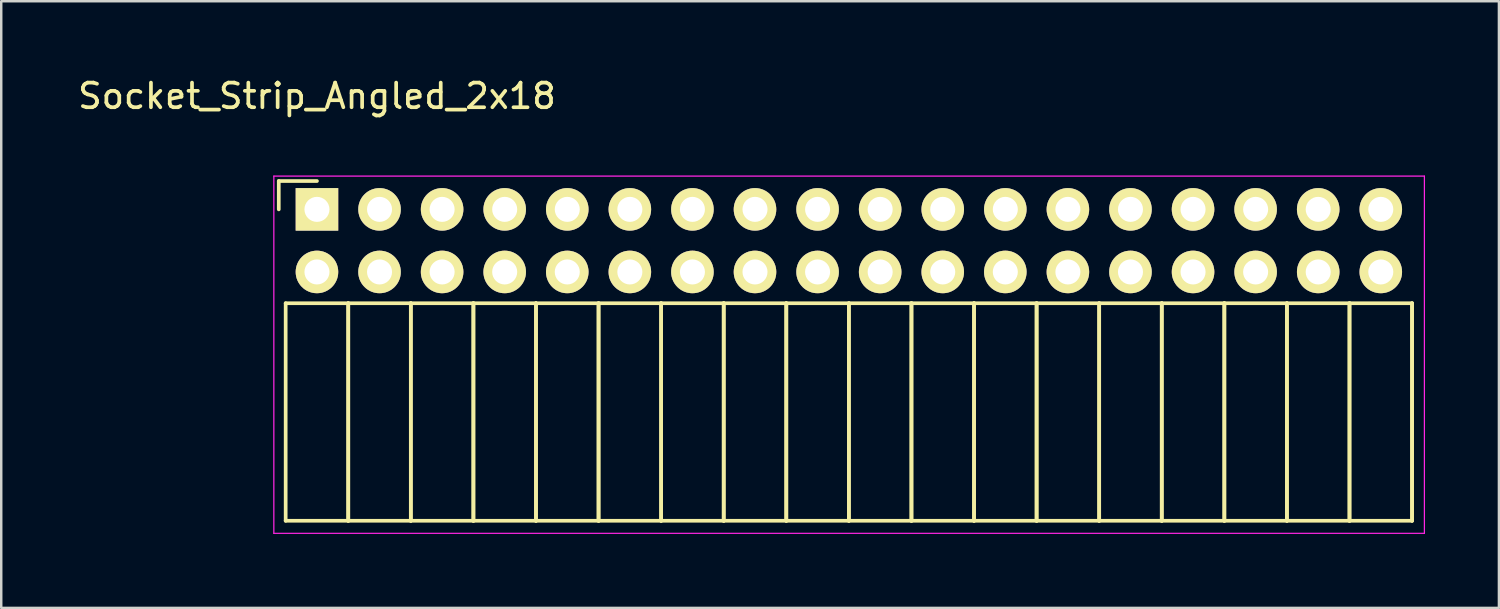
<source format=kicad_pcb>
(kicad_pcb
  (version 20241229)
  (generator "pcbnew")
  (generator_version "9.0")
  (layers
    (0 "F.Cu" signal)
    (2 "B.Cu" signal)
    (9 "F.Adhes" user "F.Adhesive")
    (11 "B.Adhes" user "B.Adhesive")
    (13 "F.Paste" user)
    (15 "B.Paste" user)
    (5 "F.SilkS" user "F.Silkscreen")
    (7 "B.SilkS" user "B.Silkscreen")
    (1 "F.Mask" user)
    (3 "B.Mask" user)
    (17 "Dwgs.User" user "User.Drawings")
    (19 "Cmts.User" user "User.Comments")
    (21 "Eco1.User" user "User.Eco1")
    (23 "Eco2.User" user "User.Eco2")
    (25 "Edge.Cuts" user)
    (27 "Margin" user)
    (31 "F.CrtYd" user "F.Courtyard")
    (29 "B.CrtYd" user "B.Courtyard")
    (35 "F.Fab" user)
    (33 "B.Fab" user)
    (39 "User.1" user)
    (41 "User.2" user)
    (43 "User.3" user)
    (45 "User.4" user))
  (footprint "Socket_Strip_Angled_2x18"
    (layer "F.Cu")
    (at 9.815 5.448)
    (property "Reference" "Socket_Strip_Angled_2x18" (at 0 -4.6 0) (layer "F.SilkS") (effects (font (size 1 1) (thickness 0.15))))
    (attr through_hole)
    (fp_line (start -1.55 -1.15) (end -1.55 0) (stroke (width 0.15) (type solid)) (layer "F.SilkS"))
    (fp_line (start -1.27 3.81) (end -1.27 12.64) (stroke (width 0.15) (type solid)) (layer "F.SilkS"))
    (fp_line (start -1.27 3.81) (end 1.27 3.81) (stroke (width 0.15) (type solid)) (layer "F.SilkS"))
    (fp_line (start -1.27 12.64) (end 1.27 12.64) (stroke (width 0.15) (type solid)) (layer "F.SilkS"))
    (fp_line (start 0 -1.15) (end -1.55 -1.15) (stroke (width 0.15) (type solid)) (layer "F.SilkS"))
    (fp_line (start 1.27 3.81) (end 1.27 12.64) (stroke (width 0.15) (type solid)) (layer "F.SilkS"))
    (fp_line (start 1.27 3.81) (end 3.81 3.81) (stroke (width 0.15) (type solid)) (layer "F.SilkS"))
    (fp_line (start 1.27 12.64) (end 1.27 3.81) (stroke (width 0.15) (type solid)) (layer "F.SilkS"))
    (fp_line (start 1.27 12.64) (end 3.81 12.64) (stroke (width 0.15) (type solid)) (layer "F.SilkS"))
    (fp_line (start 3.81 3.81) (end 3.81 12.64) (stroke (width 0.15) (type solid)) (layer "F.SilkS"))
    (fp_line (start 3.81 3.81) (end 6.35 3.81) (stroke (width 0.15) (type solid)) (layer "F.SilkS"))
    (fp_line (start 3.81 12.64) (end 3.81 3.81) (stroke (width 0.15) (type solid)) (layer "F.SilkS"))
    (fp_line (start 3.81 12.64) (end 6.35 12.64) (stroke (width 0.15) (type solid)) (layer "F.SilkS"))
    (fp_line (start 6.35 3.81) (end 6.35 12.64) (stroke (width 0.15) (type solid)) (layer "F.SilkS"))
    (fp_line (start 6.35 3.81) (end 8.89 3.81) (stroke (width 0.15) (type solid)) (layer "F.SilkS"))
    (fp_line (start 6.35 12.64) (end 6.35 3.81) (stroke (width 0.15) (type solid)) (layer "F.SilkS"))
    (fp_line (start 6.35 12.64) (end 8.89 12.64) (stroke (width 0.15) (type solid)) (layer "F.SilkS"))
    (fp_line (start 8.89 3.81) (end 8.89 12.64) (stroke (width 0.15) (type solid)) (layer "F.SilkS"))
    (fp_line (start 8.89 3.81) (end 11.43 3.81) (stroke (width 0.15) (type solid)) (layer "F.SilkS"))
    (fp_line (start 8.89 12.64) (end 8.89 3.81) (stroke (width 0.15) (type solid)) (layer "F.SilkS"))
    (fp_line (start 8.89 12.64) (end 11.43 12.64) (stroke (width 0.15) (type solid)) (layer "F.SilkS"))
    (fp_line (start 11.43 3.81) (end 11.43 12.64) (stroke (width 0.15) (type solid)) (layer "F.SilkS"))
    (fp_line (start 11.43 3.81) (end 13.97 3.81) (stroke (width 0.15) (type solid)) (layer "F.SilkS"))
    (fp_line (start 11.43 12.64) (end 11.43 3.81) (stroke (width 0.15) (type solid)) (layer "F.SilkS"))
    (fp_line (start 11.43 12.64) (end 13.97 12.64) (stroke (width 0.15) (type solid)) (layer "F.SilkS"))
    (fp_line (start 13.97 3.81) (end 13.97 12.64) (stroke (width 0.15) (type solid)) (layer "F.SilkS"))
    (fp_line (start 13.97 3.81) (end 16.51 3.81) (stroke (width 0.15) (type solid)) (layer "F.SilkS"))
    (fp_line (start 13.97 12.64) (end 13.97 3.81) (stroke (width 0.15) (type solid)) (layer "F.SilkS"))
    (fp_line (start 13.97 12.64) (end 16.51 12.64) (stroke (width 0.15) (type solid)) (layer "F.SilkS"))
    (fp_line (start 16.51 3.81) (end 16.51 12.64) (stroke (width 0.15) (type solid)) (layer "F.SilkS"))
    (fp_line (start 16.51 3.81) (end 19.05 3.81) (stroke (width 0.15) (type solid)) (layer "F.SilkS"))
    (fp_line (start 16.51 12.64) (end 16.51 3.81) (stroke (width 0.15) (type solid)) (layer "F.SilkS"))
    (fp_line (start 16.51 12.64) (end 19.05 12.64) (stroke (width 0.15) (type solid)) (layer "F.SilkS"))
    (fp_line (start 19.05 3.81) (end 19.05 12.64) (stroke (width 0.15) (type solid)) (layer "F.SilkS"))
    (fp_line (start 19.05 3.81) (end 21.59 3.81) (stroke (width 0.15) (type solid)) (layer "F.SilkS"))
    (fp_line (start 19.05 12.64) (end 19.05 3.81) (stroke (width 0.15) (type solid)) (layer "F.SilkS"))
    (fp_line (start 19.05 12.64) (end 21.59 12.64) (stroke (width 0.15) (type solid)) (layer "F.SilkS"))
    (fp_line (start 21.59 3.81) (end 21.59 12.64) (stroke (width 0.15) (type solid)) (layer "F.SilkS"))
    (fp_line (start 21.59 3.81) (end 24.13 3.81) (stroke (width 0.15) (type solid)) (layer "F.SilkS"))
    (fp_line (start 21.59 12.64) (end 21.59 3.81) (stroke (width 0.15) (type solid)) (layer "F.SilkS"))
    (fp_line (start 21.59 12.64) (end 24.13 12.64) (stroke (width 0.15) (type solid)) (layer "F.SilkS"))
    (fp_line (start 24.13 3.81) (end 24.13 12.64) (stroke (width 0.15) (type solid)) (layer "F.SilkS"))
    (fp_line (start 24.13 3.81) (end 26.67 3.81) (stroke (width 0.15) (type solid)) (layer "F.SilkS"))
    (fp_line (start 24.13 12.64) (end 24.13 3.81) (stroke (width 0.15) (type solid)) (layer "F.SilkS"))
    (fp_line (start 24.13 12.64) (end 26.67 12.64) (stroke (width 0.15) (type solid)) (layer "F.SilkS"))
    (fp_line (start 26.67 3.81) (end 26.67 12.64) (stroke (width 0.15) (type solid)) (layer "F.SilkS"))
    (fp_line (start 26.67 3.81) (end 29.21 3.81) (stroke (width 0.15) (type solid)) (layer "F.SilkS"))
    (fp_line (start 26.67 12.64) (end 26.67 3.81) (stroke (width 0.15) (type solid)) (layer "F.SilkS"))
    (fp_line (start 26.67 12.64) (end 29.21 12.64) (stroke (width 0.15) (type solid)) (layer "F.SilkS"))
    (fp_line (start 29.21 3.81) (end 29.21 12.64) (stroke (width 0.15) (type solid)) (layer "F.SilkS"))
    (fp_line (start 29.21 3.81) (end 31.75 3.81) (stroke (width 0.15) (type solid)) (layer "F.SilkS"))
    (fp_line (start 29.21 12.64) (end 29.21 3.81) (stroke (width 0.15) (type solid)) (layer "F.SilkS"))
    (fp_line (start 29.21 12.64) (end 31.75 12.64) (stroke (width 0.15) (type solid)) (layer "F.SilkS"))
    (fp_line (start 31.75 3.81) (end 31.75 12.64) (stroke (width 0.15) (type solid)) (layer "F.SilkS"))
    (fp_line (start 31.75 3.81) (end 34.29 3.81) (stroke (width 0.15) (type solid)) (layer "F.SilkS"))
    (fp_line (start 31.75 12.64) (end 31.75 3.81) (stroke (width 0.15) (type solid)) (layer "F.SilkS"))
    (fp_line (start 31.75 12.64) (end 34.29 12.64) (stroke (width 0.15) (type solid)) (layer "F.SilkS"))
    (fp_line (start 34.29 3.81) (end 34.29 12.64) (stroke (width 0.15) (type solid)) (layer "F.SilkS"))
    (fp_line (start 34.29 3.81) (end 36.83 3.81) (stroke (width 0.15) (type solid)) (layer "F.SilkS"))
    (fp_line (start 34.29 12.64) (end 34.29 3.81) (stroke (width 0.15) (type solid)) (layer "F.SilkS"))
    (fp_line (start 34.29 12.64) (end 36.83 12.64) (stroke (width 0.15) (type solid)) (layer "F.SilkS"))
    (fp_line (start 36.83 3.81) (end 36.83 12.64) (stroke (width 0.15) (type solid)) (layer "F.SilkS"))
    (fp_line (start 36.83 3.81) (end 39.37 3.81) (stroke (width 0.15) (type solid)) (layer "F.SilkS"))
    (fp_line (start 36.83 12.64) (end 36.83 3.81) (stroke (width 0.15) (type solid)) (layer "F.SilkS"))
    (fp_line (start 36.83 12.64) (end 39.37 12.64) (stroke (width 0.15) (type solid)) (layer "F.SilkS"))
    (fp_line (start 39.37 3.81) (end 39.37 12.64) (stroke (width 0.15) (type solid)) (layer "F.SilkS"))
    (fp_line (start 39.37 3.81) (end 41.91 3.81) (stroke (width 0.15) (type solid)) (layer "F.SilkS"))
    (fp_line (start 39.37 12.64) (end 39.37 3.81) (stroke (width 0.15) (type solid)) (layer "F.SilkS"))
    (fp_line (start 39.37 12.64) (end 41.91 12.64) (stroke (width 0.15) (type solid)) (layer "F.SilkS"))
    (fp_line (start 41.91 3.81) (end 41.91 12.64) (stroke (width 0.15) (type solid)) (layer "F.SilkS"))
    (fp_line (start 41.91 3.81) (end 44.45 3.81) (stroke (width 0.15) (type solid)) (layer "F.SilkS"))
    (fp_line (start 41.91 12.64) (end 41.91 3.81) (stroke (width 0.15) (type solid)) (layer "F.SilkS"))
    (fp_line (start 41.91 12.64) (end 44.45 12.64) (stroke (width 0.15) (type solid)) (layer "F.SilkS"))
    (fp_line (start 44.45 3.81) (end 44.45 12.64) (stroke (width 0.15) (type solid)) (layer "F.SilkS"))
    (fp_line (start 44.45 12.64) (end 44.45 3.81) (stroke (width 0.15) (type solid)) (layer "F.SilkS"))
    (fp_line (start -1.75 -1.35) (end -1.75 13.15) (stroke (width 0.05) (type solid)) (layer "F.CrtYd"))
    (fp_line (start -1.75 -1.35) (end 44.95 -1.35) (stroke (width 0.05) (type solid)) (layer "F.CrtYd"))
    (fp_line (start -1.75 13.15) (end 44.95 13.15) (stroke (width 0.05) (type solid)) (layer "F.CrtYd"))
    (fp_line (start 44.95 -1.35) (end 44.95 13.15) (stroke (width 0.05) (type solid)) (layer "F.CrtYd"))
    (pad "1" thru_hole rect (at 0 0) (size 1.727 1.727) (drill 1.016) (layers "*.Cu" "*.Mask" "F.SilkS"))
    (pad "2" thru_hole oval (at 0 2.54) (size 1.727 1.727) (drill 1.016) (layers "*.Cu" "*.Mask" "F.SilkS"))
    (pad "3" thru_hole oval (at 2.54 0) (size 1.727 1.727) (drill 1.016) (layers "*.Cu" "*.Mask" "F.SilkS"))
    (pad "4" thru_hole oval (at 2.54 2.54) (size 1.727 1.727) (drill 1.016) (layers "*.Cu" "*.Mask" "F.SilkS"))
    (pad "5" thru_hole oval (at 5.08 0) (size 1.727 1.727) (drill 1.016) (layers "*.Cu" "*.Mask" "F.SilkS"))
    (pad "6" thru_hole oval (at 5.08 2.54) (size 1.727 1.727) (drill 1.016) (layers "*.Cu" "*.Mask" "F.SilkS"))
    (pad "7" thru_hole oval (at 7.62 0) (size 1.727 1.727) (drill 1.016) (layers "*.Cu" "*.Mask" "F.SilkS"))
    (pad "8" thru_hole oval (at 7.62 2.54) (size 1.727 1.727) (drill 1.016) (layers "*.Cu" "*.Mask" "F.SilkS"))
    (pad "9" thru_hole oval (at 10.16 0) (size 1.727 1.727) (drill 1.016) (layers "*.Cu" "*.Mask" "F.SilkS"))
    (pad "10" thru_hole oval (at 10.16 2.54) (size 1.727 1.727) (drill 1.016) (layers "*.Cu" "*.Mask" "F.SilkS"))
    (pad "11" thru_hole oval (at 12.7 0) (size 1.727 1.727) (drill 1.016) (layers "*.Cu" "*.Mask" "F.SilkS"))
    (pad "12" thru_hole oval (at 12.7 2.54) (size 1.727 1.727) (drill 1.016) (layers "*.Cu" "*.Mask" "F.SilkS"))
    (pad "13" thru_hole oval (at 15.24 0) (size 1.727 1.727) (drill 1.016) (layers "*.Cu" "*.Mask" "F.SilkS"))
    (pad "14" thru_hole oval (at 15.24 2.54) (size 1.727 1.727) (drill 1.016) (layers "*.Cu" "*.Mask" "F.SilkS"))
    (pad "15" thru_hole oval (at 17.78 0) (size 1.727 1.727) (drill 1.016) (layers "*.Cu" "*.Mask" "F.SilkS"))
    (pad "16" thru_hole oval (at 17.78 2.54) (size 1.727 1.727) (drill 1.016) (layers "*.Cu" "*.Mask" "F.SilkS"))
    (pad "17" thru_hole oval (at 20.32 0) (size 1.727 1.727) (drill 1.016) (layers "*.Cu" "*.Mask" "F.SilkS"))
    (pad "18" thru_hole oval (at 20.32 2.54) (size 1.727 1.727) (drill 1.016) (layers "*.Cu" "*.Mask" "F.SilkS"))
    (pad "19" thru_hole oval (at 22.86 0) (size 1.727 1.727) (drill 1.016) (layers "*.Cu" "*.Mask" "F.SilkS"))
    (pad "20" thru_hole oval (at 22.86 2.54) (size 1.727 1.727) (drill 1.016) (layers "*.Cu" "*.Mask" "F.SilkS"))
    (pad "21" thru_hole oval (at 25.4 0) (size 1.727 1.727) (drill 1.016) (layers "*.Cu" "*.Mask" "F.SilkS"))
    (pad "22" thru_hole oval (at 25.4 2.54) (size 1.727 1.727) (drill 1.016) (layers "*.Cu" "*.Mask" "F.SilkS"))
    (pad "23" thru_hole oval (at 27.94 0) (size 1.727 1.727) (drill 1.016) (layers "*.Cu" "*.Mask" "F.SilkS"))
    (pad "24" thru_hole oval (at 27.94 2.54) (size 1.727 1.727) (drill 1.016) (layers "*.Cu" "*.Mask" "F.SilkS"))
    (pad "25" thru_hole oval (at 30.48 0) (size 1.727 1.727) (drill 1.016) (layers "*.Cu" "*.Mask" "F.SilkS"))
    (pad "26" thru_hole oval (at 30.48 2.54) (size 1.727 1.727) (drill 1.016) (layers "*.Cu" "*.Mask" "F.SilkS"))
    (pad "27" thru_hole oval (at 33.02 0) (size 1.727 1.727) (drill 1.016) (layers "*.Cu" "*.Mask" "F.SilkS"))
    (pad "28" thru_hole oval (at 33.02 2.54) (size 1.727 1.727) (drill 1.016) (layers "*.Cu" "*.Mask" "F.SilkS"))
    (pad "29" thru_hole oval (at 35.56 0) (size 1.727 1.727) (drill 1.016) (layers "*.Cu" "*.Mask" "F.SilkS"))
    (pad "30" thru_hole oval (at 35.56 2.54) (size 1.727 1.727) (drill 1.016) (layers "*.Cu" "*.Mask" "F.SilkS"))
    (pad "31" thru_hole oval (at 38.1 0) (size 1.727 1.727) (drill 1.016) (layers "*.Cu" "*.Mask" "F.SilkS"))
    (pad "32" thru_hole oval (at 38.1 2.54) (size 1.727 1.727) (drill 1.016) (layers "*.Cu" "*.Mask" "F.SilkS"))
    (pad "33" thru_hole oval (at 40.64 0) (size 1.727 1.727) (drill 1.016) (layers "*.Cu" "*.Mask" "F.SilkS"))
    (pad "34" thru_hole oval (at 40.64 2.54) (size 1.727 1.727) (drill 1.016) (layers "*.Cu" "*.Mask" "F.SilkS"))
    (pad "35" thru_hole oval (at 43.18 0) (size 1.727 1.727) (drill 1.016) (layers "*.Cu" "*.Mask" "F.SilkS"))
    (pad "36" thru_hole oval (at 43.18 2.54) (size 1.727 1.727) (drill 1.016) (layers "*.Cu" "*.Mask" "F.SilkS")))
  (gr_rect
    (start -3 -3)
    (end 57.79 21.623)
    (stroke (width 0.1) (type default))
    (fill no)
    (layer "Edge.Cuts")))
</source>
